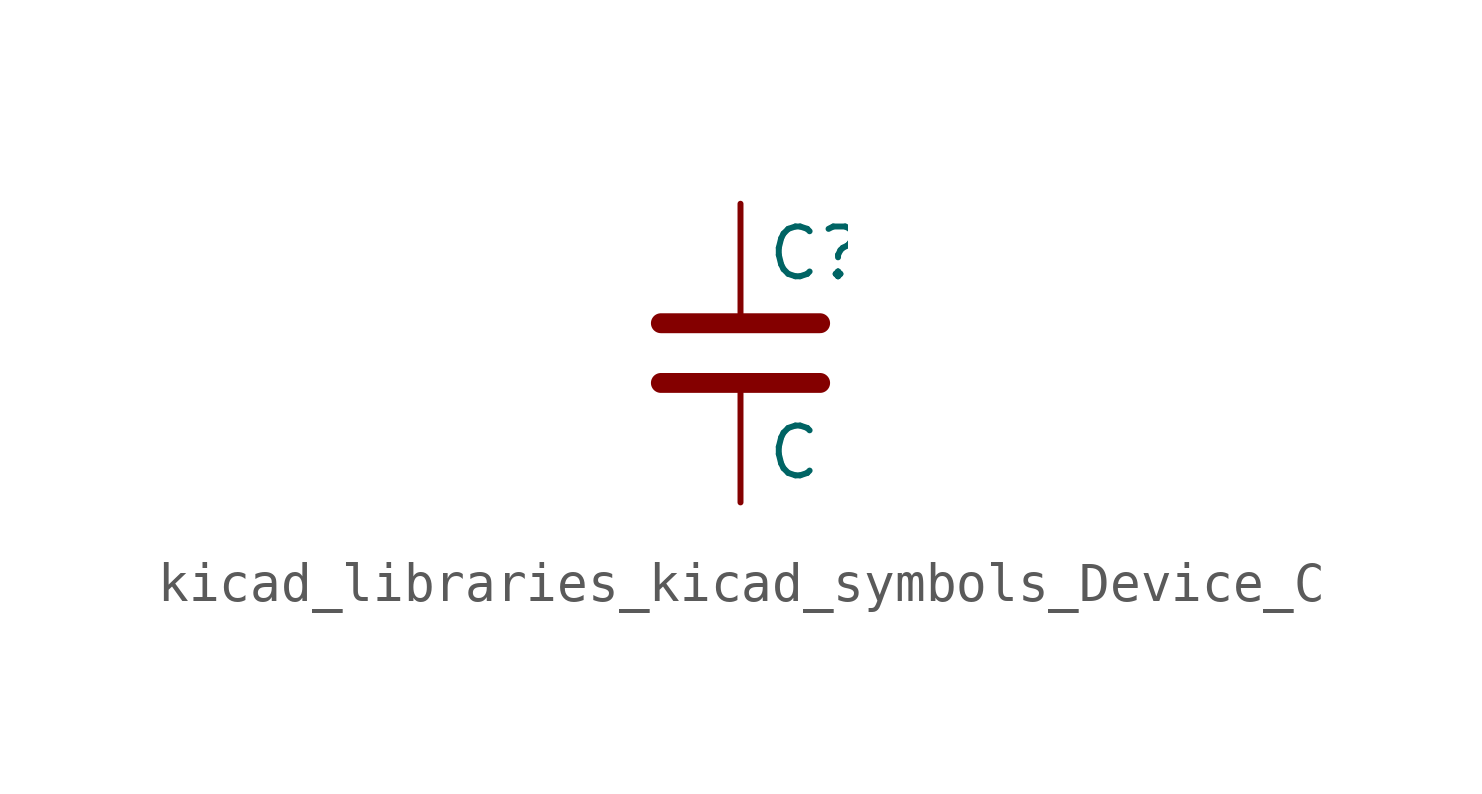
<source format=kicad_sym>
(kicad_symbol_lib
  (version 20220914)
  (generator kicad_symbol_editor)
  (symbol "kicad_libraries_kicad_symbols_Device_C"
    (pin_numbers hide)
    (pin_names
      (offset 0.254))
    (property "Reference" "C"
      (at 0.635 2.54 0)
      (effects (font (size 1.27 1.27)) (justify left)))
    (property "Value" "C"
      (at 0.635 -2.54 0)
      (effects (font (size 1.27 1.27)) (justify left)))
    (symbol "kicad_libraries_kicad_symbols_Device_C_0_1"
      (polyline (pts (xy -2.032 -0.762) (xy 2.032 -0.762)) (stroke (width 0.508) (type default)) (fill (type none)))
      (polyline (pts (xy -2.032 0.762) (xy 2.032 0.762)) (stroke (width 0.508) (type default)) (fill (type none))))
    (symbol "kicad_libraries_kicad_symbols_Device_C_1_1"
      (pin passive line (at 0 3.81 270) (length 2.794) (name "~" (effects (font (size 1.27 1.27)))) (number "1" (effects (font (size 1.27 1.27)))))
      (pin passive line (at 0 -3.81 90) (length 2.794) (name "~" (effects (font (size 1.27 1.27)))) (number "2" (effects (font (size 1.27 1.27))))))))
</source>
